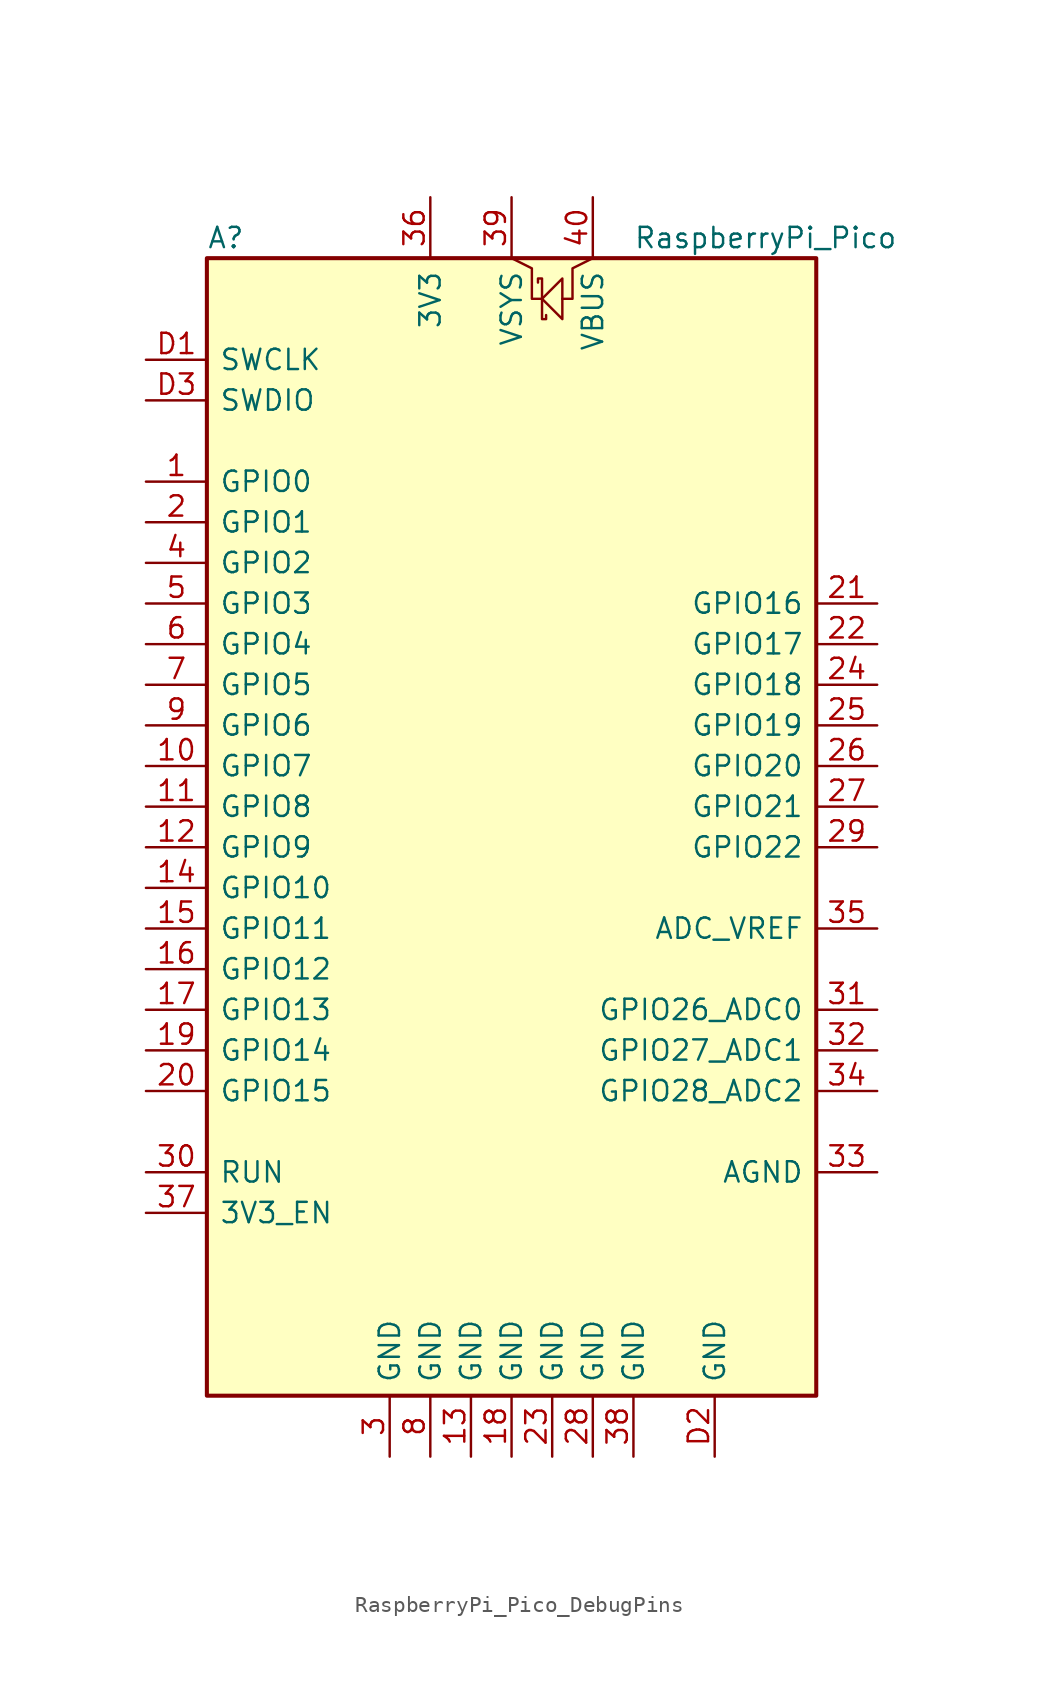
<source format=kicad_sym>
(kicad_symbol_lib
  (version 20231120)
  (generator "kicad_symbol_editor")
  (generator_version "8.0")
  (symbol "RaspberryPi_Pico_DebugPins"
    (pin_names
      (offset 0.762))
    (property "Reference" "A"
      (at -19.05 38.1 0)
      (effects (font (size 1.27 1.27)) (justify left)))
    (property "Value" "RaspberryPi_Pico"
      (at 7.62 38.1 0)
      (effects (font (size 1.27 1.27)) (justify left)))
    (symbol "RaspberryPi_Pico_DebugPins_0_1"
      (rectangle (start -19.05 36.83) (end 19.05 -34.29) (stroke (width 0.254) (type default)) (fill (type background)))
      (polyline (pts (xy 0 36.83) (xy 1.27 36.195) (xy 1.27 34.29) (xy 1.905 34.29)) (stroke (width 0) (type default)) (fill (type none)))
      (polyline (pts (xy 1.905 34.29) (xy 3.175 35.56) (xy 3.175 33.02) (xy 1.905 34.29)) (stroke (width 0) (type default)) (fill (type none)))
      (polyline (pts (xy 5.08 36.83) (xy 3.81 36.195) (xy 3.81 34.29) (xy 3.175 34.29)) (stroke (width 0) (type default)) (fill (type none)))
      (polyline (pts (xy 1.651 35.306) (xy 1.651 35.56) (xy 1.905 35.56) (xy 1.905 33.02) (xy 2.159 33.02) (xy 2.159 33.274)) (stroke (width 0) (type default)) (fill (type none))))
    (symbol "RaspberryPi_Pico_DebugPins_1_1"
      (pin bidirectional line (at -22.86 22.86 0) (length 3.81) (name "GPIO0" (effects (font (size 1.27 1.27)))) (number "1" (effects (font (size 1.27 1.27)))) (alternate "I2C0_SDA" bidirectional line) (alternate "PWM0_A" output line) (alternate "SPI0_RX" input line) (alternate "UART0_TX" output line) (alternate "USB_OVCUR_DET" input line))
      (pin bidirectional line (at -22.86 5.08 0) (length 3.81) (name "GPIO7" (effects (font (size 1.27 1.27)))) (number "10" (effects (font (size 1.27 1.27)))) (alternate "I2C1_SCL" bidirectional clock) (alternate "PWM3_B" bidirectional line) (alternate "SPI0_TX" output line) (alternate "UART1_RTS" output line) (alternate "USB_VBUS_DET" input line))
      (pin bidirectional line (at -22.86 2.54 0) (length 3.81) (name "GPIO8" (effects (font (size 1.27 1.27)))) (number "11" (effects (font (size 1.27 1.27)))) (alternate "I2C0_SDA" bidirectional line) (alternate "PWM4_A" output line) (alternate "SPI1_RX" input line) (alternate "UART1_TX" output line) (alternate "USB_VBUS_EN" output line))
      (pin bidirectional line (at -22.86 0 0) (length 3.81) (name "GPIO9" (effects (font (size 1.27 1.27)))) (number "12" (effects (font (size 1.27 1.27)))) (alternate "I2C0_SCL" bidirectional clock) (alternate "PWM4_B" bidirectional line) (alternate "UART1_RX" input line) (alternate "USB_OVCUR_DET" input line) (alternate "~{SPI1_CSn}" bidirectional line))
      (pin power_in line (at -2.54 -38.1 90) (length 3.81) (name "GND" (effects (font (size 1.27 1.27)))) (number "13" (effects (font (size 1.27 1.27)))))
      (pin bidirectional line (at -22.86 -2.54 0) (length 3.81) (name "GPIO10" (effects (font (size 1.27 1.27)))) (number "14" (effects (font (size 1.27 1.27)))) (alternate "I2C1_SDA" bidirectional line) (alternate "PWM5_A" output line) (alternate "SPI1_SCK" bidirectional clock) (alternate "UART1_CTS" input line) (alternate "USB_VBUS_DET" input line))
      (pin bidirectional line (at -22.86 -5.08 0) (length 3.81) (name "GPIO11" (effects (font (size 1.27 1.27)))) (number "15" (effects (font (size 1.27 1.27)))) (alternate "I2C1_SCL" bidirectional clock) (alternate "PWM5_B" bidirectional line) (alternate "SPI1_TX" output line) (alternate "UART1_RTS" output line) (alternate "USB_VBUS_EN" output line))
      (pin bidirectional line (at -22.86 -7.62 0) (length 3.81) (name "GPIO12" (effects (font (size 1.27 1.27)))) (number "16" (effects (font (size 1.27 1.27)))) (alternate "I2C0_SDA" bidirectional line) (alternate "PWM6_A" output line) (alternate "SPI1_RX" input line) (alternate "UART0_TX" output line) (alternate "USB_OVCUR_DET" input line))
      (pin bidirectional line (at -22.86 -10.16 0) (length 3.81) (name "GPIO13" (effects (font (size 1.27 1.27)))) (number "17" (effects (font (size 1.27 1.27)))) (alternate "I2C0_SCL" bidirectional clock) (alternate "PWM6_B" bidirectional line) (alternate "UART0_RX" input line) (alternate "USB_VBUS_DET" input line) (alternate "~{SPI1_CSn}" bidirectional line))
      (pin power_in line (at 0 -38.1 90) (length 3.81) (name "GND" (effects (font (size 1.27 1.27)))) (number "18" (effects (font (size 1.27 1.27)))))
      (pin bidirectional line (at -22.86 -12.7 0) (length 3.81) (name "GPIO14" (effects (font (size 1.27 1.27)))) (number "19" (effects (font (size 1.27 1.27)))) (alternate "I2C1_SDA" bidirectional line) (alternate "PWM7_A" output line) (alternate "SPI1_SCK" bidirectional clock) (alternate "UART0_CTS" input line) (alternate "USB_VBUS_EN" output line))
      (pin bidirectional line (at -22.86 20.32 0) (length 3.81) (name "GPIO1" (effects (font (size 1.27 1.27)))) (number "2" (effects (font (size 1.27 1.27)))) (alternate "I2C0_SCL" bidirectional clock) (alternate "PWM0_B" bidirectional line) (alternate "UART0_RX" input line) (alternate "USB_VBUS_DET" passive line) (alternate "~{SPI0_CSn}" bidirectional line))
      (pin bidirectional line (at -22.86 -15.24 0) (length 3.81) (name "GPIO15" (effects (font (size 1.27 1.27)))) (number "20" (effects (font (size 1.27 1.27)))) (alternate "I2C1_SCL" bidirectional clock) (alternate "PWM7_B" bidirectional line) (alternate "SPI1_TX" output line) (alternate "UART0_RTS" output line) (alternate "USB_OVCUR_DET" input line))
      (pin bidirectional line (at 22.86 15.24 180) (length 3.81) (name "GPIO16" (effects (font (size 1.27 1.27)))) (number "21" (effects (font (size 1.27 1.27)))) (alternate "I2C0_SDA" bidirectional line) (alternate "PWM0_A" output line) (alternate "SPI0_RX" input line) (alternate "UART0_TX" output line) (alternate "USB_VBUS_DET" input line))
      (pin bidirectional line (at 22.86 12.7 180) (length 3.81) (name "GPIO17" (effects (font (size 1.27 1.27)))) (number "22" (effects (font (size 1.27 1.27)))) (alternate "I2C0_SCL" bidirectional clock) (alternate "PWM0_B" bidirectional line) (alternate "UART0_RX" input line) (alternate "USB_VBUS_EN" output line) (alternate "~{SPI0_CSn}" bidirectional line))
      (pin power_in line (at 2.54 -38.1 90) (length 3.81) (name "GND" (effects (font (size 1.27 1.27)))) (number "23" (effects (font (size 1.27 1.27)))))
      (pin bidirectional line (at 22.86 10.16 180) (length 3.81) (name "GPIO18" (effects (font (size 1.27 1.27)))) (number "24" (effects (font (size 1.27 1.27)))) (alternate "I2C1_SDA" bidirectional line) (alternate "PWM1_A" output line) (alternate "SPI0_SCK" bidirectional clock) (alternate "UART0_CTS" input line) (alternate "USB_OVCUR_DET" input line))
      (pin bidirectional line (at 22.86 7.62 180) (length 3.81) (name "GPIO19" (effects (font (size 1.27 1.27)))) (number "25" (effects (font (size 1.27 1.27)))) (alternate "I2C1_SCL" bidirectional clock) (alternate "PWM1_B" bidirectional line) (alternate "SPI0_TX" output line) (alternate "UART0_RTS" output line) (alternate "USB_VBUS_DET" input line))
      (pin bidirectional line (at 22.86 5.08 180) (length 3.81) (name "GPIO20" (effects (font (size 1.27 1.27)))) (number "26" (effects (font (size 1.27 1.27)))) (alternate "CLOCK_GPIN0" input clock) (alternate "I2C0_SDA" bidirectional line) (alternate "PWM2_A" output line) (alternate "SPI0_RX" input line) (alternate "UART1_TX" output line) (alternate "USB_VBUS_EN" output line))
      (pin bidirectional line (at 22.86 2.54 180) (length 3.81) (name "GPIO21" (effects (font (size 1.27 1.27)))) (number "27" (effects (font (size 1.27 1.27)))) (alternate "CLOCK_GPOUT0" output clock) (alternate "I2C0_SCL" bidirectional clock) (alternate "PWM2_B" bidirectional line) (alternate "UART1_RX" input line) (alternate "USB_OVCUR_DET" input line) (alternate "~{SPI0_CSn}" bidirectional line))
      (pin power_in line (at 5.08 -38.1 90) (length 3.81) (name "GND" (effects (font (size 1.27 1.27)))) (number "28" (effects (font (size 1.27 1.27)))))
      (pin bidirectional line (at 22.86 0 180) (length 3.81) (name "GPIO22" (effects (font (size 1.27 1.27)))) (number "29" (effects (font (size 1.27 1.27)))) (alternate "CLOCK_GPIN1" input clock) (alternate "I2C1_SDA" bidirectional line) (alternate "PWM3_A" output line) (alternate "SPI0_SCK" bidirectional clock) (alternate "UART1_CTS" input line) (alternate "USB_VBUS_DET" input line))
      (pin power_in line (at -7.62 -38.1 90) (length 3.81) (name "GND" (effects (font (size 1.27 1.27)))) (number "3" (effects (font (size 1.27 1.27)))) (alternate "GND_IN" power_in line))
      (pin input line (at -22.86 -20.32 0) (length 3.81) (name "RUN" (effects (font (size 1.27 1.27)))) (number "30" (effects (font (size 1.27 1.27)))) (alternate "~{RESET}" input line))
      (pin bidirectional line (at 22.86 -10.16 180) (length 3.81) (name "GPIO26_ADC0" (effects (font (size 1.27 1.27)))) (number "31" (effects (font (size 1.27 1.27)))) (alternate "ADC0" input line) (alternate "GPIO26" bidirectional line) (alternate "I2C1_SDA" bidirectional line) (alternate "PWM5_A" output line) (alternate "SPI1_SCK" bidirectional clock) (alternate "UART1_CTS" input line) (alternate "USB_VBUS_EN" output line))
      (pin bidirectional line (at 22.86 -12.7 180) (length 3.81) (name "GPIO27_ADC1" (effects (font (size 1.27 1.27)))) (number "32" (effects (font (size 1.27 1.27)))) (alternate "ADC1" input line) (alternate "GPIO27" bidirectional line) (alternate "I2C1_SCL" bidirectional clock) (alternate "PWM5_B" bidirectional line) (alternate "SPI1_TX" output line) (alternate "UART1_RTS" output line) (alternate "USB_OVCUR_DET" input line))
      (pin power_in line (at 22.86 -20.32 180) (length 3.81) (name "AGND" (effects (font (size 1.27 1.27)))) (number "33" (effects (font (size 1.27 1.27)))) (alternate "GND" passive line))
      (pin bidirectional line (at 22.86 -15.24 180) (length 3.81) (name "GPIO28_ADC2" (effects (font (size 1.27 1.27)))) (number "34" (effects (font (size 1.27 1.27)))) (alternate "ADC2" input line) (alternate "GPIO28" bidirectional line) (alternate "I2C0_SDA" bidirectional line) (alternate "PWM6_A" output line) (alternate "SPI1_RX" input line) (alternate "UART0_TX" output line) (alternate "USB_VBUS_DET" input line))
      (pin power_in line (at 22.86 -5.08 180) (length 3.81) (name "ADC_VREF" (effects (font (size 1.27 1.27)))) (number "35" (effects (font (size 1.27 1.27)))))
      (pin power_out line (at -5.08 40.64 270) (length 3.81) (name "3V3" (effects (font (size 1.27 1.27)))) (number "36" (effects (font (size 1.27 1.27)))))
      (pin input line (at -22.86 -22.86 0) (length 3.81) (name "3V3_EN" (effects (font (size 1.27 1.27)))) (number "37" (effects (font (size 1.27 1.27)))) (alternate "~{3V3_DISABLE}" input line))
      (pin power_in line (at 7.62 -38.1 90) (length 3.81) (name "GND" (effects (font (size 1.27 1.27)))) (number "38" (effects (font (size 1.27 1.27)))))
      (pin power_in line (at 0 40.64 270) (length 3.81) (name "VSYS" (effects (font (size 1.27 1.27)))) (number "39" (effects (font (size 1.27 1.27)))) (alternate "VSYS_IN" power_in line) (alternate "VSYS_OUT" power_out line))
      (pin bidirectional line (at -22.86 17.78 0) (length 3.81) (name "GPIO2" (effects (font (size 1.27 1.27)))) (number "4" (effects (font (size 1.27 1.27)))) (alternate "I2C1_SDA" bidirectional line) (alternate "PWM1_A" output line) (alternate "SPI0_SCK" bidirectional clock) (alternate "UART0_CTS" input line) (alternate "USB_VBUS_DET" input line))
      (pin power_out line (at 5.08 40.64 270) (length 3.81) (name "VBUS" (effects (font (size 1.27 1.27)))) (number "40" (effects (font (size 1.27 1.27)))) (alternate "VBUS_HOST" power_in line))
      (pin bidirectional line (at -22.86 15.24 0) (length 3.81) (name "GPIO3" (effects (font (size 1.27 1.27)))) (number "5" (effects (font (size 1.27 1.27)))) (alternate "I2C1_SCL" bidirectional clock) (alternate "PWM1_B" bidirectional line) (alternate "SPI0_TX" output line) (alternate "UART0_RTS" output line) (alternate "USB_OVCUR_DET" input line))
      (pin bidirectional line (at -22.86 12.7 0) (length 3.81) (name "GPIO4" (effects (font (size 1.27 1.27)))) (number "6" (effects (font (size 1.27 1.27)))) (alternate "I2C0_SDA" bidirectional line) (alternate "PWM2_A" output line) (alternate "SPI0_RX" input line) (alternate "UART1_TX" output line) (alternate "USB_VBUS_DET" input line))
      (pin bidirectional line (at -22.86 10.16 0) (length 3.81) (name "GPIO5" (effects (font (size 1.27 1.27)))) (number "7" (effects (font (size 1.27 1.27)))) (alternate "I2C0_SCL" bidirectional clock) (alternate "PWM2_B" bidirectional line) (alternate "UART1_RX" input line) (alternate "USB_VBUS_EN" output line) (alternate "~{SPI0_CSn}" bidirectional line))
      (pin power_in line (at -5.08 -38.1 90) (length 3.81) (name "GND" (effects (font (size 1.27 1.27)))) (number "8" (effects (font (size 1.27 1.27)))))
      (pin bidirectional line (at -22.86 7.62 0) (length 3.81) (name "GPIO6" (effects (font (size 1.27 1.27)))) (number "9" (effects (font (size 1.27 1.27)))) (alternate "I2C1_SDA" bidirectional line) (alternate "PWM3_A" output line) (alternate "SPI0_SCK" bidirectional clock) (alternate "UART1_CTS" input line) (alternate "USB_OVCUR_DET" input line))
      (pin input line (at -22.86 30.48 0) (length 3.81) (name "SWCLK" (effects (font (size 1.27 1.27)))) (number "D1" (effects (font (size 1.27 1.27)))))
      (pin power_in line (at 12.7 -38.1 90) (length 3.81) (name "GND" (effects (font (size 1.27 1.27)))) (number "D2" (effects (font (size 1.27 1.27)))))
      (pin bidirectional line (at -22.86 27.94 0) (length 3.81) (name "SWDIO" (effects (font (size 1.27 1.27)))) (number "D3" (effects (font (size 1.27 1.27))))))))
</source>
